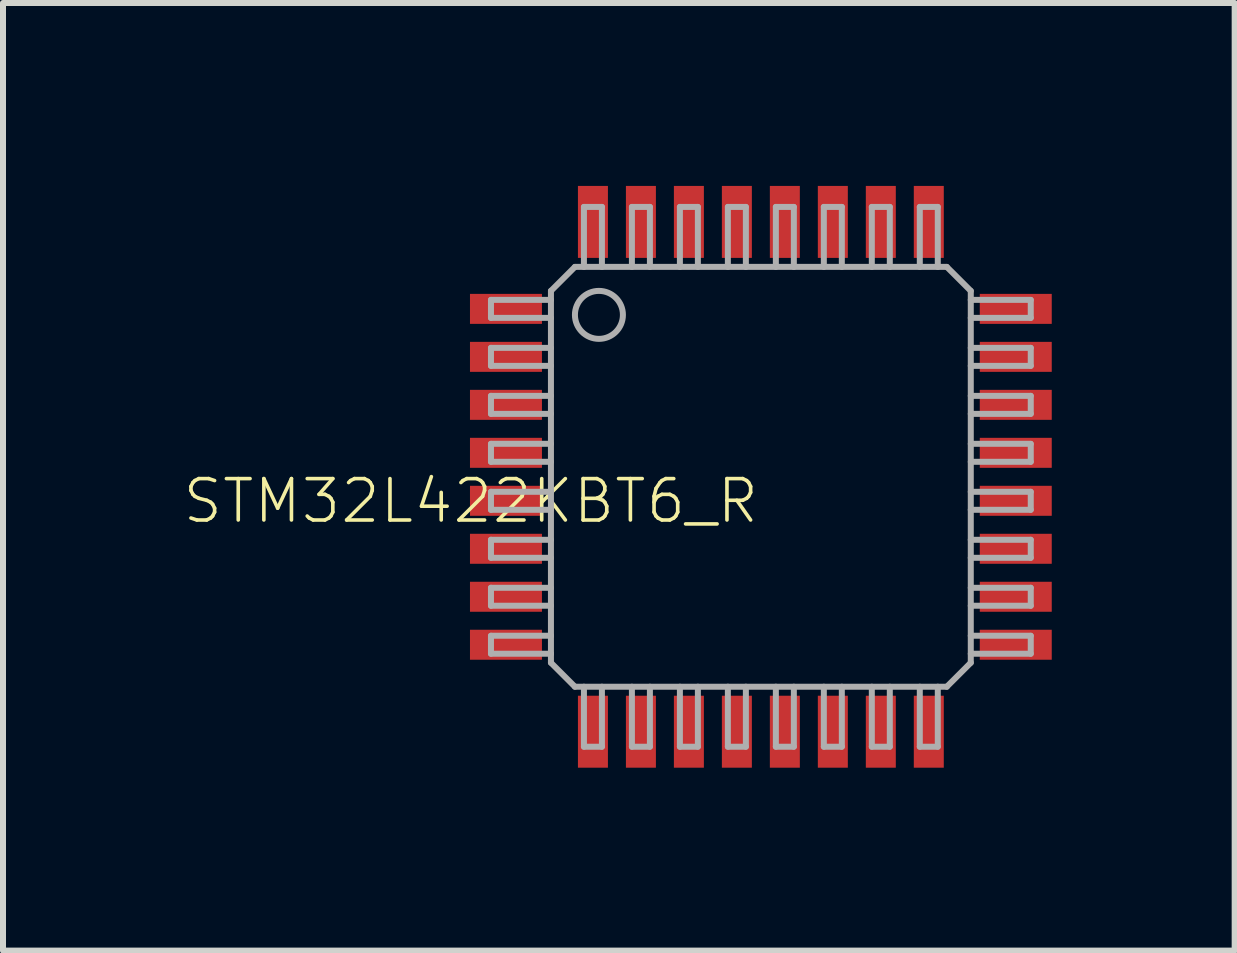
<source format=kicad_pcb>
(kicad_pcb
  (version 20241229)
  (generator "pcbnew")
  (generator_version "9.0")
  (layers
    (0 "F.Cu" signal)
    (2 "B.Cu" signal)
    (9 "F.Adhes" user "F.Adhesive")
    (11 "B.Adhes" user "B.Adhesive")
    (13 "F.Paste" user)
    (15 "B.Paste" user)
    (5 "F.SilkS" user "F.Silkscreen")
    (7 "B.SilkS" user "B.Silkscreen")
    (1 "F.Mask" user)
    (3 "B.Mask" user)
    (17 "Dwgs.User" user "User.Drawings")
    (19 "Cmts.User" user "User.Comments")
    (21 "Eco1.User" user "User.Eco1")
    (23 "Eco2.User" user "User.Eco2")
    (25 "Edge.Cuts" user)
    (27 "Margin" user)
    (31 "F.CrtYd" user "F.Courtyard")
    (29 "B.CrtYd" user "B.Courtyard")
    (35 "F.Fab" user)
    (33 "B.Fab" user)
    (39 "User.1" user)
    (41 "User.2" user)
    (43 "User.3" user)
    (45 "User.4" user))
  (footprint "STM32L422KBT6_R"
    (layer "F.Cu")
    (at 9.636 4.9)
    (property "Reference" "STM32L422KBT6_R" (at 0 0 0) (unlocked yes) (layer "F.SilkS") (effects (font (size 0.69 0.69) (thickness 0.06)) (justify right top)))
    (fp_poly (pts (xy -4.9 -2.5) (xy -3.6 -2.5) (xy -3.6 -3.1) (xy -4.9 -3.1)) (stroke (width 0) (type default)) (fill yes) (layer "F.Mask"))
    (fp_poly (pts (xy -4.9 -1.7) (xy -3.6 -1.7) (xy -3.6 -2.3) (xy -4.9 -2.3)) (stroke (width 0) (type default)) (fill yes) (layer "F.Mask"))
    (fp_poly (pts (xy -4.9 -0.9) (xy -3.6 -0.9) (xy -3.6 -1.5) (xy -4.9 -1.5)) (stroke (width 0) (type default)) (fill yes) (layer "F.Mask"))
    (fp_poly (pts (xy -4.9 -0.1) (xy -3.6 -0.1) (xy -3.6 -0.7) (xy -4.9 -0.7)) (stroke (width 0) (type default)) (fill yes) (layer "F.Mask"))
    (fp_poly (pts (xy -4.9 0.7) (xy -3.6 0.7) (xy -3.6 0.1) (xy -4.9 0.1)) (stroke (width 0) (type default)) (fill yes) (layer "F.Mask"))
    (fp_poly (pts (xy -4.9 1.5) (xy -3.6 1.5) (xy -3.6 0.9) (xy -4.9 0.9)) (stroke (width 0) (type default)) (fill yes) (layer "F.Mask"))
    (fp_poly (pts (xy -4.9 2.3) (xy -3.6 2.3) (xy -3.6 1.7) (xy -4.9 1.7)) (stroke (width 0) (type default)) (fill yes) (layer "F.Mask"))
    (fp_poly (pts (xy -4.9 3.1) (xy -3.6 3.1) (xy -3.6 2.5) (xy -4.9 2.5)) (stroke (width 0) (type default)) (fill yes) (layer "F.Mask"))
    (fp_poly (pts (xy -3.1 -4.9) (xy -3.1 -3.6) (xy -2.5 -3.6) (xy -2.5 -4.9)) (stroke (width 0) (type default)) (fill yes) (layer "F.Mask"))
    (fp_poly (pts (xy -2.5 4.9) (xy -2.5 3.6) (xy -3.1 3.6) (xy -3.1 4.9)) (stroke (width 0) (type default)) (fill yes) (layer "F.Mask"))
    (fp_poly (pts (xy -2.3 -4.9) (xy -2.3 -3.6) (xy -1.7 -3.6) (xy -1.7 -4.9)) (stroke (width 0) (type default)) (fill yes) (layer "F.Mask"))
    (fp_poly (pts (xy -1.7 4.9) (xy -1.7 3.6) (xy -2.3 3.6) (xy -2.3 4.9)) (stroke (width 0) (type default)) (fill yes) (layer "F.Mask"))
    (fp_poly (pts (xy -1.5 -4.9) (xy -1.5 -3.6) (xy -0.9 -3.6) (xy -0.9 -4.9)) (stroke (width 0) (type default)) (fill yes) (layer "F.Mask"))
    (fp_poly (pts (xy -0.9 4.9) (xy -0.9 3.6) (xy -1.5 3.6) (xy -1.5 4.9)) (stroke (width 0) (type default)) (fill yes) (layer "F.Mask"))
    (fp_poly (pts (xy -0.7 -4.9) (xy -0.7 -3.6) (xy -0.1 -3.6) (xy -0.1 -4.9)) (stroke (width 0) (type default)) (fill yes) (layer "F.Mask"))
    (fp_poly (pts (xy -0.1 4.9) (xy -0.1 3.6) (xy -0.7 3.6) (xy -0.7 4.9)) (stroke (width 0) (type default)) (fill yes) (layer "F.Mask"))
    (fp_poly (pts (xy 0.1 -4.9) (xy 0.1 -3.6) (xy 0.7 -3.6) (xy 0.7 -4.9)) (stroke (width 0) (type default)) (fill yes) (layer "F.Mask"))
    (fp_poly (pts (xy 0.7 4.9) (xy 0.7 3.6) (xy 0.1 3.6) (xy 0.1 4.9)) (stroke (width 0) (type default)) (fill yes) (layer "F.Mask"))
    (fp_poly (pts (xy 0.9 -4.9) (xy 0.9 -3.6) (xy 1.5 -3.6) (xy 1.5 -4.9)) (stroke (width 0) (type default)) (fill yes) (layer "F.Mask"))
    (fp_poly (pts (xy 1.5 4.9) (xy 1.5 3.6) (xy 0.9 3.6) (xy 0.9 4.9)) (stroke (width 0) (type default)) (fill yes) (layer "F.Mask"))
    (fp_poly (pts (xy 1.7 -4.9) (xy 1.7 -3.6) (xy 2.3 -3.6) (xy 2.3 -4.9)) (stroke (width 0) (type default)) (fill yes) (layer "F.Mask"))
    (fp_poly (pts (xy 2.3 4.9) (xy 2.3 3.6) (xy 1.7 3.6) (xy 1.7 4.9)) (stroke (width 0) (type default)) (fill yes) (layer "F.Mask"))
    (fp_poly (pts (xy 2.5 -4.9) (xy 2.5 -3.6) (xy 3.1 -3.6) (xy 3.1 -4.9)) (stroke (width 0) (type default)) (fill yes) (layer "F.Mask"))
    (fp_poly (pts (xy 3.1 4.9) (xy 3.1 3.6) (xy 2.5 3.6) (xy 2.5 4.9)) (stroke (width 0) (type default)) (fill yes) (layer "F.Mask"))
    (fp_poly (pts (xy 4.9 -3.1) (xy 3.6 -3.1) (xy 3.6 -2.5) (xy 4.9 -2.5)) (stroke (width 0) (type default)) (fill yes) (layer "F.Mask"))
    (fp_poly (pts (xy 4.9 -2.3) (xy 3.6 -2.3) (xy 3.6 -1.7) (xy 4.9 -1.7)) (stroke (width 0) (type default)) (fill yes) (layer "F.Mask"))
    (fp_poly (pts (xy 4.9 -1.5) (xy 3.6 -1.5) (xy 3.6 -0.9) (xy 4.9 -0.9)) (stroke (width 0) (type default)) (fill yes) (layer "F.Mask"))
    (fp_poly (pts (xy 4.9 -0.7) (xy 3.6 -0.7) (xy 3.6 -0.1) (xy 4.9 -0.1)) (stroke (width 0) (type default)) (fill yes) (layer "F.Mask"))
    (fp_poly (pts (xy 4.9 0.1) (xy 3.6 0.1) (xy 3.6 0.7) (xy 4.9 0.7)) (stroke (width 0) (type default)) (fill yes) (layer "F.Mask"))
    (fp_poly (pts (xy 4.9 0.9) (xy 3.6 0.9) (xy 3.6 1.5) (xy 4.9 1.5)) (stroke (width 0) (type default)) (fill yes) (layer "F.Mask"))
    (fp_poly (pts (xy 4.9 1.7) (xy 3.6 1.7) (xy 3.6 2.3) (xy 4.9 2.3)) (stroke (width 0) (type default)) (fill yes) (layer "F.Mask"))
    (fp_poly (pts (xy 4.9 2.5) (xy 3.6 2.5) (xy 3.6 3.1) (xy 4.9 3.1)) (stroke (width 0) (type default)) (fill yes) (layer "F.Mask"))
    (fp_poly (pts (xy -3.65 -2.55) (xy -4.85 -2.55) (xy -4.85 -3.05) (xy -3.65 -3.05)) (stroke (width 0) (type default)) (fill yes) (layer "F.Paste"))
    (fp_poly (pts (xy -3.65 -1.75) (xy -4.85 -1.75) (xy -4.85 -2.25) (xy -3.65 -2.25)) (stroke (width 0) (type default)) (fill yes) (layer "F.Paste"))
    (fp_poly (pts (xy -3.65 -0.95) (xy -4.85 -0.95) (xy -4.85 -1.45) (xy -3.65 -1.45)) (stroke (width 0) (type default)) (fill yes) (layer "F.Paste"))
    (fp_poly (pts (xy -3.65 -0.15) (xy -4.85 -0.15) (xy -4.85 -0.65) (xy -3.65 -0.65)) (stroke (width 0) (type default)) (fill yes) (layer "F.Paste"))
    (fp_poly (pts (xy -3.65 0.65) (xy -4.85 0.65) (xy -4.85 0.15) (xy -3.65 0.15)) (stroke (width 0) (type default)) (fill yes) (layer "F.Paste"))
    (fp_poly (pts (xy -3.65 1.45) (xy -4.85 1.45) (xy -4.85 0.95) (xy -3.65 0.95)) (stroke (width 0) (type default)) (fill yes) (layer "F.Paste"))
    (fp_poly (pts (xy -3.65 2.25) (xy -4.85 2.25) (xy -4.85 1.75) (xy -3.65 1.75)) (stroke (width 0) (type default)) (fill yes) (layer "F.Paste"))
    (fp_poly (pts (xy -3.65 3.05) (xy -4.85 3.05) (xy -4.85 2.55) (xy -3.65 2.55)) (stroke (width 0) (type default)) (fill yes) (layer "F.Paste"))
    (fp_poly (pts (xy -2.55 -3.65) (xy -3.05 -3.65) (xy -3.05 -4.85) (xy -2.55 -4.85)) (stroke (width 0) (type default)) (fill yes) (layer "F.Paste"))
    (fp_poly (pts (xy -2.55 4.85) (xy -3.05 4.85) (xy -3.05 3.65) (xy -2.55 3.65)) (stroke (width 0) (type default)) (fill yes) (layer "F.Paste"))
    (fp_poly (pts (xy -1.75 -3.65) (xy -2.25 -3.65) (xy -2.25 -4.85) (xy -1.75 -4.85)) (stroke (width 0) (type default)) (fill yes) (layer "F.Paste"))
    (fp_poly (pts (xy -1.75 4.85) (xy -2.25 4.85) (xy -2.25 3.65) (xy -1.75 3.65)) (stroke (width 0) (type default)) (fill yes) (layer "F.Paste"))
    (fp_poly (pts (xy -0.95 -3.65) (xy -1.45 -3.65) (xy -1.45 -4.85) (xy -0.95 -4.85)) (stroke (width 0) (type default)) (fill yes) (layer "F.Paste"))
    (fp_poly (pts (xy -0.95 4.85) (xy -1.45 4.85) (xy -1.45 3.65) (xy -0.95 3.65)) (stroke (width 0) (type default)) (fill yes) (layer "F.Paste"))
    (fp_poly (pts (xy -0.15 -3.65) (xy -0.65 -3.65) (xy -0.65 -4.85) (xy -0.15 -4.85)) (stroke (width 0) (type default)) (fill yes) (layer "F.Paste"))
    (fp_poly (pts (xy -0.15 4.85) (xy -0.65 4.85) (xy -0.65 3.65) (xy -0.15 3.65)) (stroke (width 0) (type default)) (fill yes) (layer "F.Paste"))
    (fp_poly (pts (xy 0.65 -3.65) (xy 0.15 -3.65) (xy 0.15 -4.85) (xy 0.65 -4.85)) (stroke (width 0) (type default)) (fill yes) (layer "F.Paste"))
    (fp_poly (pts (xy 0.65 4.85) (xy 0.15 4.85) (xy 0.15 3.65) (xy 0.65 3.65)) (stroke (width 0) (type default)) (fill yes) (layer "F.Paste"))
    (fp_poly (pts (xy 1.45 -3.65) (xy 0.95 -3.65) (xy 0.95 -4.85) (xy 1.45 -4.85)) (stroke (width 0) (type default)) (fill yes) (layer "F.Paste"))
    (fp_poly (pts (xy 1.45 4.85) (xy 0.95 4.85) (xy 0.95 3.65) (xy 1.45 3.65)) (stroke (width 0) (type default)) (fill yes) (layer "F.Paste"))
    (fp_poly (pts (xy 2.25 -3.65) (xy 1.75 -3.65) (xy 1.75 -4.85) (xy 2.25 -4.85)) (stroke (width 0) (type default)) (fill yes) (layer "F.Paste"))
    (fp_poly (pts (xy 2.25 4.85) (xy 1.75 4.85) (xy 1.75 3.65) (xy 2.25 3.65)) (stroke (width 0) (type default)) (fill yes) (layer "F.Paste"))
    (fp_poly (pts (xy 3.05 -3.65) (xy 2.55 -3.65) (xy 2.55 -4.85) (xy 3.05 -4.85)) (stroke (width 0) (type default)) (fill yes) (layer "F.Paste"))
    (fp_poly (pts (xy 3.05 4.85) (xy 2.55 4.85) (xy 2.55 3.65) (xy 3.05 3.65)) (stroke (width 0) (type default)) (fill yes) (layer "F.Paste"))
    (fp_poly (pts (xy 4.85 -2.55) (xy 3.65 -2.55) (xy 3.65 -3.05) (xy 4.85 -3.05)) (stroke (width 0) (type default)) (fill yes) (layer "F.Paste"))
    (fp_poly (pts (xy 4.85 -1.75) (xy 3.65 -1.75) (xy 3.65 -2.25) (xy 4.85 -2.25)) (stroke (width 0) (type default)) (fill yes) (layer "F.Paste"))
    (fp_poly (pts (xy 4.85 -0.95) (xy 3.65 -0.95) (xy 3.65 -1.45) (xy 4.85 -1.45)) (stroke (width 0) (type default)) (fill yes) (layer "F.Paste"))
    (fp_poly (pts (xy 4.85 -0.15) (xy 3.65 -0.15) (xy 3.65 -0.65) (xy 4.85 -0.65)) (stroke (width 0) (type default)) (fill yes) (layer "F.Paste"))
    (fp_poly (pts (xy 4.85 0.65) (xy 3.65 0.65) (xy 3.65 0.15) (xy 4.85 0.15)) (stroke (width 0) (type default)) (fill yes) (layer "F.Paste"))
    (fp_poly (pts (xy 4.85 1.45) (xy 3.65 1.45) (xy 3.65 0.95) (xy 4.85 0.95)) (stroke (width 0) (type default)) (fill yes) (layer "F.Paste"))
    (fp_poly (pts (xy 4.85 2.25) (xy 3.65 2.25) (xy 3.65 1.75) (xy 4.85 1.75)) (stroke (width 0) (type default)) (fill yes) (layer "F.Paste"))
    (fp_poly (pts (xy 4.85 3.05) (xy 3.65 3.05) (xy 3.65 2.55) (xy 4.85 2.55)) (stroke (width 0) (type default)) (fill yes) (layer "F.Paste"))
    (fp_line (start -4.5 -2.95) (end -3.5 -2.95) (stroke (width 0.1) (type solid)) (layer "F.Fab"))
    (fp_line (start -4.5 -2.65) (end -4.5 -2.95) (stroke (width 0.1) (type solid)) (layer "F.Fab"))
    (fp_line (start -4.5 -2.15) (end -3.5 -2.15) (stroke (width 0.1) (type solid)) (layer "F.Fab"))
    (fp_line (start -4.5 -1.85) (end -4.5 -2.15) (stroke (width 0.1) (type solid)) (layer "F.Fab"))
    (fp_line (start -4.5 -1.35) (end -3.5 -1.35) (stroke (width 0.1) (type solid)) (layer "F.Fab"))
    (fp_line (start -4.5 -1.05) (end -4.5 -1.35) (stroke (width 0.1) (type solid)) (layer "F.Fab"))
    (fp_line (start -4.5 -0.55) (end -3.5 -0.55) (stroke (width 0.1) (type solid)) (layer "F.Fab"))
    (fp_line (start -4.5 -0.25) (end -4.5 -0.55) (stroke (width 0.1) (type solid)) (layer "F.Fab"))
    (fp_line (start -4.5 0.25) (end -3.5 0.25) (stroke (width 0.1) (type solid)) (layer "F.Fab"))
    (fp_line (start -4.5 0.55) (end -4.5 0.25) (stroke (width 0.1) (type solid)) (layer "F.Fab"))
    (fp_line (start -4.5 1.05) (end -3.5 1.05) (stroke (width 0.1) (type solid)) (layer "F.Fab"))
    (fp_line (start -4.5 1.35) (end -4.5 1.05) (stroke (width 0.1) (type solid)) (layer "F.Fab"))
    (fp_line (start -4.5 1.85) (end -3.5 1.85) (stroke (width 0.1) (type solid)) (layer "F.Fab"))
    (fp_line (start -4.5 2.15) (end -4.5 1.85) (stroke (width 0.1) (type solid)) (layer "F.Fab"))
    (fp_line (start -4.5 2.65) (end -3.5 2.65) (stroke (width 0.1) (type solid)) (layer "F.Fab"))
    (fp_line (start -4.5 2.95) (end -4.5 2.65) (stroke (width 0.1) (type solid)) (layer "F.Fab"))
    (fp_line (start -3.5 -3.1) (end -3.1 -3.5) (stroke (width 0.1) (type solid)) (layer "F.Fab"))
    (fp_line (start -3.5 -2.65) (end -4.5 -2.65) (stroke (width 0.1) (type solid)) (layer "F.Fab"))
    (fp_line (start -3.5 -1.85) (end -4.5 -1.85) (stroke (width 0.1) (type solid)) (layer "F.Fab"))
    (fp_line (start -3.5 -1.05) (end -4.5 -1.05) (stroke (width 0.1) (type solid)) (layer "F.Fab"))
    (fp_line (start -3.5 -0.25) (end -4.5 -0.25) (stroke (width 0.1) (type solid)) (layer "F.Fab"))
    (fp_line (start -3.5 0.55) (end -4.5 0.55) (stroke (width 0.1) (type solid)) (layer "F.Fab"))
    (fp_line (start -3.5 1.35) (end -4.5 1.35) (stroke (width 0.1) (type solid)) (layer "F.Fab"))
    (fp_line (start -3.5 2.15) (end -4.5 2.15) (stroke (width 0.1) (type solid)) (layer "F.Fab"))
    (fp_line (start -3.5 2.65) (end -3.5 -3.1) (stroke (width 0.1) (type solid)) (layer "F.Fab"))
    (fp_line (start -3.5 2.95) (end -4.5 2.95) (stroke (width 0.1) (type solid)) (layer "F.Fab"))
    (fp_line (start -3.5 2.95) (end -3.5 2.65) (stroke (width 0.1) (type solid)) (layer "F.Fab"))
    (fp_line (start -3.5 3.1) (end -3.5 2.95) (stroke (width 0.1) (type solid)) (layer "F.Fab"))
    (fp_line (start -3.1 -3.5) (end 3.1 -3.5) (stroke (width 0.1) (type solid)) (layer "F.Fab"))
    (fp_line (start -3.1 3.5) (end -3.5 3.1) (stroke (width 0.1) (type solid)) (layer "F.Fab"))
    (fp_line (start -2.95 -4.5) (end -2.65 -4.5) (stroke (width 0.1) (type solid)) (layer "F.Fab"))
    (fp_line (start -2.95 -3.5) (end -2.95 -4.5) (stroke (width 0.1) (type solid)) (layer "F.Fab"))
    (fp_line (start -2.95 4.5) (end -2.95 3.5) (stroke (width 0.1) (type solid)) (layer "F.Fab"))
    (fp_line (start -2.65 -4.5) (end -2.65 -3.5) (stroke (width 0.1) (type solid)) (layer "F.Fab"))
    (fp_line (start -2.65 3.5) (end -2.65 4.5) (stroke (width 0.1) (type solid)) (layer "F.Fab"))
    (fp_line (start -2.65 4.5) (end -2.95 4.5) (stroke (width 0.1) (type solid)) (layer "F.Fab"))
    (fp_line (start -2.15 -4.5) (end -1.85 -4.5) (stroke (width 0.1) (type solid)) (layer "F.Fab"))
    (fp_line (start -2.15 -3.5) (end -2.15 -4.5) (stroke (width 0.1) (type solid)) (layer "F.Fab"))
    (fp_line (start -2.15 4.5) (end -2.15 3.5) (stroke (width 0.1) (type solid)) (layer "F.Fab"))
    (fp_line (start -1.85 -4.5) (end -1.85 -3.5) (stroke (width 0.1) (type solid)) (layer "F.Fab"))
    (fp_line (start -1.85 3.5) (end -1.85 4.5) (stroke (width 0.1) (type solid)) (layer "F.Fab"))
    (fp_line (start -1.85 4.5) (end -2.15 4.5) (stroke (width 0.1) (type solid)) (layer "F.Fab"))
    (fp_line (start -1.35 -4.5) (end -1.05 -4.5) (stroke (width 0.1) (type solid)) (layer "F.Fab"))
    (fp_line (start -1.35 -3.5) (end -1.35 -4.5) (stroke (width 0.1) (type solid)) (layer "F.Fab"))
    (fp_line (start -1.35 4.5) (end -1.35 3.5) (stroke (width 0.1) (type solid)) (layer "F.Fab"))
    (fp_line (start -1.05 -4.5) (end -1.05 -3.5) (stroke (width 0.1) (type solid)) (layer "F.Fab"))
    (fp_line (start -1.05 3.5) (end -1.05 4.5) (stroke (width 0.1) (type solid)) (layer "F.Fab"))
    (fp_line (start -1.05 4.5) (end -1.35 4.5) (stroke (width 0.1) (type solid)) (layer "F.Fab"))
    (fp_line (start -0.55 -4.5) (end -0.25 -4.5) (stroke (width 0.1) (type solid)) (layer "F.Fab"))
    (fp_line (start -0.55 -3.5) (end -0.55 -4.5) (stroke (width 0.1) (type solid)) (layer "F.Fab"))
    (fp_line (start -0.55 4.5) (end -0.55 3.5) (stroke (width 0.1) (type solid)) (layer "F.Fab"))
    (fp_line (start -0.25 -4.5) (end -0.25 -3.5) (stroke (width 0.1) (type solid)) (layer "F.Fab"))
    (fp_line (start -0.25 3.5) (end -0.25 4.5) (stroke (width 0.1) (type solid)) (layer "F.Fab"))
    (fp_line (start -0.25 4.5) (end -0.55 4.5) (stroke (width 0.1) (type solid)) (layer "F.Fab"))
    (fp_line (start 0.25 -4.5) (end 0.55 -4.5) (stroke (width 0.1) (type solid)) (layer "F.Fab"))
    (fp_line (start 0.25 -3.5) (end 0.25 -4.5) (stroke (width 0.1) (type solid)) (layer "F.Fab"))
    (fp_line (start 0.25 4.5) (end 0.25 3.5) (stroke (width 0.1) (type solid)) (layer "F.Fab"))
    (fp_line (start 0.55 -4.5) (end 0.55 -3.5) (stroke (width 0.1) (type solid)) (layer "F.Fab"))
    (fp_line (start 0.55 3.5) (end 0.55 4.5) (stroke (width 0.1) (type solid)) (layer "F.Fab"))
    (fp_line (start 0.55 4.5) (end 0.25 4.5) (stroke (width 0.1) (type solid)) (layer "F.Fab"))
    (fp_line (start 1.05 -4.5) (end 1.35 -4.5) (stroke (width 0.1) (type solid)) (layer "F.Fab"))
    (fp_line (start 1.05 -3.5) (end 1.05 -4.5) (stroke (width 0.1) (type solid)) (layer "F.Fab"))
    (fp_line (start 1.05 4.5) (end 1.05 3.5) (stroke (width 0.1) (type solid)) (layer "F.Fab"))
    (fp_line (start 1.35 -4.5) (end 1.35 -3.5) (stroke (width 0.1) (type solid)) (layer "F.Fab"))
    (fp_line (start 1.35 3.5) (end 1.35 4.5) (stroke (width 0.1) (type solid)) (layer "F.Fab"))
    (fp_line (start 1.35 4.5) (end 1.05 4.5) (stroke (width 0.1) (type solid)) (layer "F.Fab"))
    (fp_line (start 1.85 -4.5) (end 2.15 -4.5) (stroke (width 0.1) (type solid)) (layer "F.Fab"))
    (fp_line (start 1.85 -3.5) (end 1.85 -4.5) (stroke (width 0.1) (type solid)) (layer "F.Fab"))
    (fp_line (start 1.85 4.5) (end 1.85 3.5) (stroke (width 0.1) (type solid)) (layer "F.Fab"))
    (fp_line (start 2.15 -4.5) (end 2.15 -3.5) (stroke (width 0.1) (type solid)) (layer "F.Fab"))
    (fp_line (start 2.15 3.5) (end 2.15 4.5) (stroke (width 0.1) (type solid)) (layer "F.Fab"))
    (fp_line (start 2.15 4.5) (end 1.85 4.5) (stroke (width 0.1) (type solid)) (layer "F.Fab"))
    (fp_line (start 2.65 -4.5) (end 2.95 -4.5) (stroke (width 0.1) (type solid)) (layer "F.Fab"))
    (fp_line (start 2.65 -3.5) (end 2.65 -4.5) (stroke (width 0.1) (type solid)) (layer "F.Fab"))
    (fp_line (start 2.65 4.5) (end 2.65 3.5) (stroke (width 0.1) (type solid)) (layer "F.Fab"))
    (fp_line (start 2.95 -4.5) (end 2.95 -3.5) (stroke (width 0.1) (type solid)) (layer "F.Fab"))
    (fp_line (start 2.95 3.5) (end 2.95 4.5) (stroke (width 0.1) (type solid)) (layer "F.Fab"))
    (fp_line (start 2.95 4.5) (end 2.65 4.5) (stroke (width 0.1) (type solid)) (layer "F.Fab"))
    (fp_line (start 3.1 3.5) (end -3.1 3.5) (stroke (width 0.1) (type solid)) (layer "F.Fab"))
    (fp_line (start 3.5 -3.1) (end 3.1 -3.5) (stroke (width 0.1) (type solid)) (layer "F.Fab"))
    (fp_line (start 3.5 -3.1) (end 3.5 3.1) (stroke (width 0.1) (type solid)) (layer "F.Fab"))
    (fp_line (start 3.5 -2.95) (end 4.5 -2.95) (stroke (width 0.1) (type solid)) (layer "F.Fab"))
    (fp_line (start 3.5 -2.15) (end 4.5 -2.15) (stroke (width 0.1) (type solid)) (layer "F.Fab"))
    (fp_line (start 3.5 -1.35) (end 4.5 -1.35) (stroke (width 0.1) (type solid)) (layer "F.Fab"))
    (fp_line (start 3.5 -0.55) (end 4.5 -0.55) (stroke (width 0.1) (type solid)) (layer "F.Fab"))
    (fp_line (start 3.5 0.25) (end 4.5 0.25) (stroke (width 0.1) (type solid)) (layer "F.Fab"))
    (fp_line (start 3.5 1.05) (end 4.5 1.05) (stroke (width 0.1) (type solid)) (layer "F.Fab"))
    (fp_line (start 3.5 1.85) (end 4.5 1.85) (stroke (width 0.1) (type solid)) (layer "F.Fab"))
    (fp_line (start 3.5 2.65) (end 4.5 2.65) (stroke (width 0.1) (type solid)) (layer "F.Fab"))
    (fp_line (start 3.5 3.1) (end 3.1 3.5) (stroke (width 0.1) (type solid)) (layer "F.Fab"))
    (fp_line (start 4.5 -2.95) (end 4.5 -2.65) (stroke (width 0.1) (type solid)) (layer "F.Fab"))
    (fp_line (start 4.5 -2.65) (end 3.5 -2.65) (stroke (width 0.1) (type solid)) (layer "F.Fab"))
    (fp_line (start 4.5 -2.15) (end 4.5 -1.85) (stroke (width 0.1) (type solid)) (layer "F.Fab"))
    (fp_line (start 4.5 -1.85) (end 3.5 -1.85) (stroke (width 0.1) (type solid)) (layer "F.Fab"))
    (fp_line (start 4.5 -1.35) (end 4.5 -1.05) (stroke (width 0.1) (type solid)) (layer "F.Fab"))
    (fp_line (start 4.5 -1.05) (end 3.5 -1.05) (stroke (width 0.1) (type solid)) (layer "F.Fab"))
    (fp_line (start 4.5 -0.55) (end 4.5 -0.25) (stroke (width 0.1) (type solid)) (layer "F.Fab"))
    (fp_line (start 4.5 -0.25) (end 3.5 -0.25) (stroke (width 0.1) (type solid)) (layer "F.Fab"))
    (fp_line (start 4.5 0.25) (end 4.5 0.55) (stroke (width 0.1) (type solid)) (layer "F.Fab"))
    (fp_line (start 4.5 0.55) (end 3.5 0.55) (stroke (width 0.1) (type solid)) (layer "F.Fab"))
    (fp_line (start 4.5 1.05) (end 4.5 1.35) (stroke (width 0.1) (type solid)) (layer "F.Fab"))
    (fp_line (start 4.5 1.35) (end 3.5 1.35) (stroke (width 0.1) (type solid)) (layer "F.Fab"))
    (fp_line (start 4.5 1.85) (end 4.5 2.15) (stroke (width 0.1) (type solid)) (layer "F.Fab"))
    (fp_line (start 4.5 2.15) (end 3.5 2.15) (stroke (width 0.1) (type solid)) (layer "F.Fab"))
    (fp_line (start 4.5 2.65) (end 4.5 2.95) (stroke (width 0.1) (type solid)) (layer "F.Fab"))
    (fp_line (start 4.5 2.95) (end 3.5 2.95) (stroke (width 0.1) (type solid)) (layer "F.Fab"))
    (fp_circle (center -2.7 -2.7) (end -2.3 -2.7) (stroke (width 0.1) (type solid)) (fill no) (layer "F.Fab"))
    (pad "1" smd rect (at -4.25 -2.8) (size 1.2 0.5) (layers "F.Cu"))
    (pad "2" smd rect (at -4.25 -2) (size 1.2 0.5) (layers "F.Cu"))
    (pad "3" smd rect (at -4.25 -1.2) (size 1.2 0.5) (layers "F.Cu"))
    (pad "4" smd rect (at -4.25 -0.4) (size 1.2 0.5) (layers "F.Cu"))
    (pad "5" smd rect (at -4.25 0.4) (size 1.2 0.5) (layers "F.Cu"))
    (pad "6" smd rect (at -4.25 1.2) (size 1.2 0.5) (layers "F.Cu"))
    (pad "7" smd rect (at -4.25 2) (size 1.2 0.5) (layers "F.Cu"))
    (pad "8" smd rect (at -4.25 2.8) (size 1.2 0.5) (layers "F.Cu"))
    (pad "9" smd rect (at -2.8 4.25 90) (size 1.2 0.5) (layers "F.Cu"))
    (pad "10" smd rect (at -2 4.25 90) (size 1.2 0.5) (layers "F.Cu"))
    (pad "11" smd rect (at -1.2 4.25 90) (size 1.2 0.5) (layers "F.Cu"))
    (pad "12" smd rect (at -0.4 4.25 90) (size 1.2 0.5) (layers "F.Cu"))
    (pad "13" smd rect (at 0.4 4.25 90) (size 1.2 0.5) (layers "F.Cu"))
    (pad "14" smd rect (at 1.2 4.25 90) (size 1.2 0.5) (layers "F.Cu"))
    (pad "15" smd rect (at 2 4.25 90) (size 1.2 0.5) (layers "F.Cu"))
    (pad "16" smd rect (at 2.8 4.25 90) (size 1.2 0.5) (layers "F.Cu"))
    (pad "17" smd rect (at 4.25 2.8 180) (size 1.2 0.5) (layers "F.Cu"))
    (pad "18" smd rect (at 4.25 2 180) (size 1.2 0.5) (layers "F.Cu"))
    (pad "19" smd rect (at 4.25 1.2 180) (size 1.2 0.5) (layers "F.Cu"))
    (pad "20" smd rect (at 4.25 0.4 180) (size 1.2 0.5) (layers "F.Cu"))
    (pad "21" smd rect (at 4.25 -0.4 180) (size 1.2 0.5) (layers "F.Cu"))
    (pad "22" smd rect (at 4.25 -1.2 180) (size 1.2 0.5) (layers "F.Cu"))
    (pad "23" smd rect (at 4.25 -2 180) (size 1.2 0.5) (layers "F.Cu"))
    (pad "24" smd rect (at 4.25 -2.8 180) (size 1.2 0.5) (layers "F.Cu"))
    (pad "25" smd rect (at 2.8 -4.25 270) (size 1.2 0.5) (layers "F.Cu"))
    (pad "26" smd rect (at 2 -4.25 270) (size 1.2 0.5) (layers "F.Cu"))
    (pad "27" smd rect (at 1.2 -4.25 270) (size 1.2 0.5) (layers "F.Cu"))
    (pad "28" smd rect (at 0.4 -4.25 270) (size 1.2 0.5) (layers "F.Cu"))
    (pad "29" smd rect (at -0.4 -4.25 270) (size 1.2 0.5) (layers "F.Cu"))
    (pad "30" smd rect (at -1.2 -4.25 270) (size 1.2 0.5) (layers "F.Cu"))
    (pad "31" smd rect (at -2 -4.25 270) (size 1.2 0.5) (layers "F.Cu"))
    (pad "32" smd rect (at -2.8 -4.25 270) (size 1.2 0.5) (layers "F.Cu")))
  (gr_rect
    (start -3 -3)
    (end 17.536 12.8)
    (stroke (width 0.1) (type default))
    (fill no)
    (layer "Edge.Cuts")))
</source>
